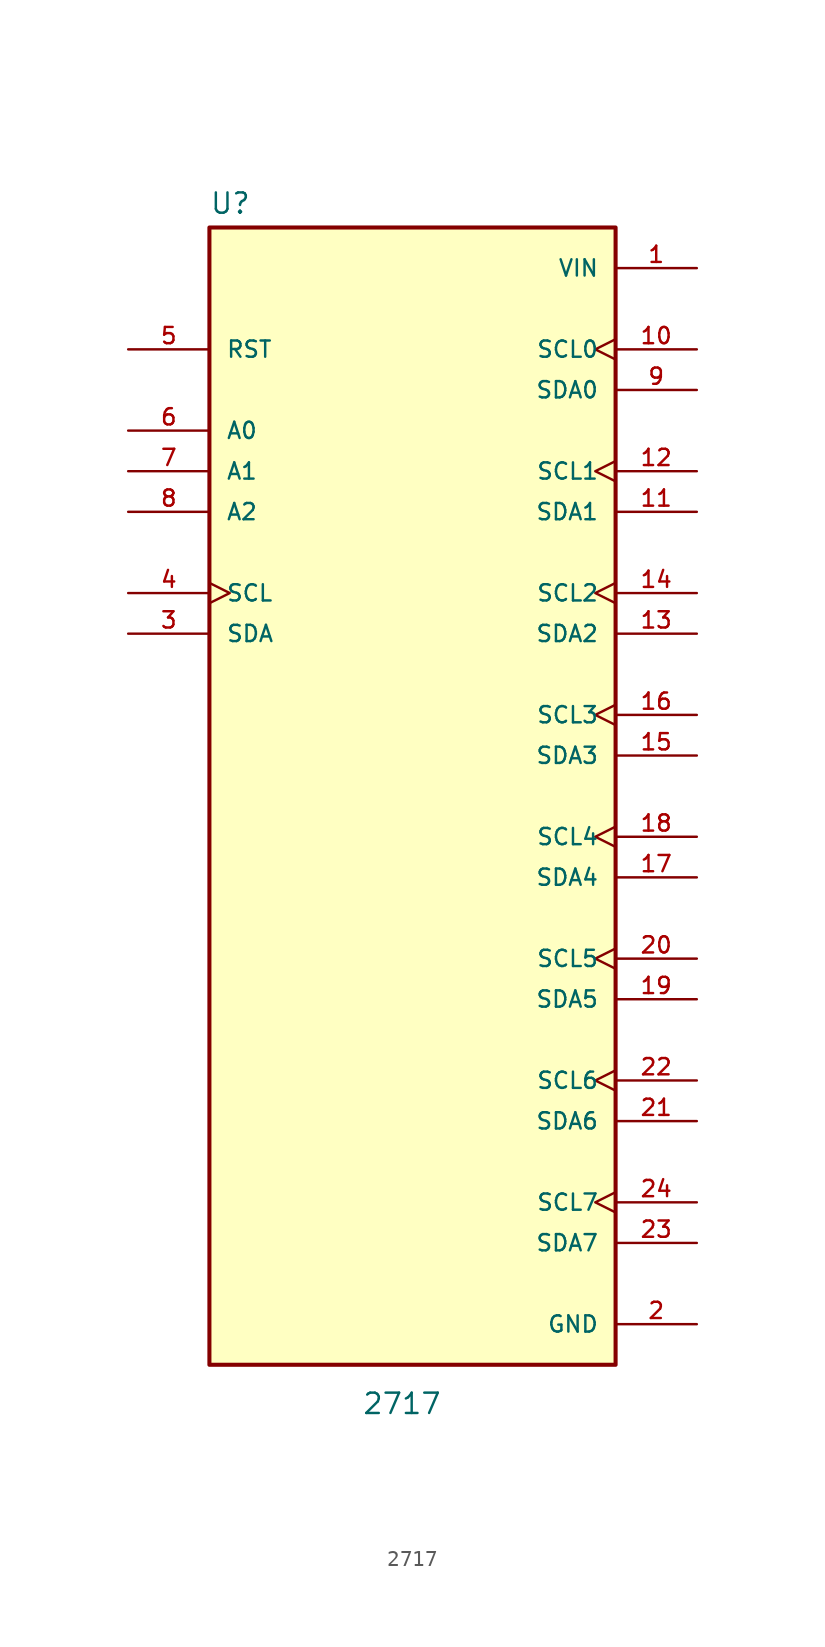
<source format=kicad_sym>
(kicad_symbol_lib
  (version 20231120)
  (generator "kicad_symbol_editor")
  (generator_version "8.0")
  (symbol "2717"
    (pin_names
      (offset 1.016))
    (property "Reference" "U"
      (at -12.7 36.322 0)
      (effects (font (size 1.27 1.27)) (justify left bottom)))
    (property "Value" "2717"
      (at -3.175 -38.735 0)
      (effects (font (size 1.27 1.27)) (justify left bottom)))
    (symbol "2717_0_0"
      (rectangle (start -12.7 -35.56) (end 12.7 35.56) (stroke (width 0.254) (type default)) (fill (type background)))
      (pin power_in line (at 17.78 33.02 180) (length 5.08) (name "VIN" (effects (font (size 1.016 1.016)))) (number "1" (effects (font (size 1.016 1.016)))))
      (pin output clock (at 17.78 27.94 180) (length 5.08) (name "SCL0" (effects (font (size 1.016 1.016)))) (number "10" (effects (font (size 1.016 1.016)))))
      (pin bidirectional line (at 17.78 17.78 180) (length 5.08) (name "SDA1" (effects (font (size 1.016 1.016)))) (number "11" (effects (font (size 1.016 1.016)))))
      (pin output clock (at 17.78 20.32 180) (length 5.08) (name "SCL1" (effects (font (size 1.016 1.016)))) (number "12" (effects (font (size 1.016 1.016)))))
      (pin bidirectional line (at 17.78 10.16 180) (length 5.08) (name "SDA2" (effects (font (size 1.016 1.016)))) (number "13" (effects (font (size 1.016 1.016)))))
      (pin output clock (at 17.78 12.7 180) (length 5.08) (name "SCL2" (effects (font (size 1.016 1.016)))) (number "14" (effects (font (size 1.016 1.016)))))
      (pin bidirectional line (at 17.78 2.54 180) (length 5.08) (name "SDA3" (effects (font (size 1.016 1.016)))) (number "15" (effects (font (size 1.016 1.016)))))
      (pin output clock (at 17.78 5.08 180) (length 5.08) (name "SCL3" (effects (font (size 1.016 1.016)))) (number "16" (effects (font (size 1.016 1.016)))))
      (pin bidirectional line (at 17.78 -5.08 180) (length 5.08) (name "SDA4" (effects (font (size 1.016 1.016)))) (number "17" (effects (font (size 1.016 1.016)))))
      (pin output clock (at 17.78 -2.54 180) (length 5.08) (name "SCL4" (effects (font (size 1.016 1.016)))) (number "18" (effects (font (size 1.016 1.016)))))
      (pin bidirectional line (at 17.78 -12.7 180) (length 5.08) (name "SDA5" (effects (font (size 1.016 1.016)))) (number "19" (effects (font (size 1.016 1.016)))))
      (pin power_in line (at 17.78 -33.02 180) (length 5.08) (name "GND" (effects (font (size 1.016 1.016)))) (number "2" (effects (font (size 1.016 1.016)))))
      (pin output clock (at 17.78 -10.16 180) (length 5.08) (name "SCL5" (effects (font (size 1.016 1.016)))) (number "20" (effects (font (size 1.016 1.016)))))
      (pin bidirectional line (at 17.78 -20.32 180) (length 5.08) (name "SDA6" (effects (font (size 1.016 1.016)))) (number "21" (effects (font (size 1.016 1.016)))))
      (pin output clock (at 17.78 -17.78 180) (length 5.08) (name "SCL6" (effects (font (size 1.016 1.016)))) (number "22" (effects (font (size 1.016 1.016)))))
      (pin bidirectional line (at 17.78 -27.94 180) (length 5.08) (name "SDA7" (effects (font (size 1.016 1.016)))) (number "23" (effects (font (size 1.016 1.016)))))
      (pin output clock (at 17.78 -25.4 180) (length 5.08) (name "SCL7" (effects (font (size 1.016 1.016)))) (number "24" (effects (font (size 1.016 1.016)))))
      (pin bidirectional line (at -17.78 10.16 0) (length 5.08) (name "SDA" (effects (font (size 1.016 1.016)))) (number "3" (effects (font (size 1.016 1.016)))))
      (pin input clock (at -17.78 12.7 0) (length 5.08) (name "SCL" (effects (font (size 1.016 1.016)))) (number "4" (effects (font (size 1.016 1.016)))))
      (pin input line (at -17.78 27.94 0) (length 5.08) (name "RST" (effects (font (size 1.016 1.016)))) (number "5" (effects (font (size 1.016 1.016)))))
      (pin input line (at -17.78 22.86 0) (length 5.08) (name "A0" (effects (font (size 1.016 1.016)))) (number "6" (effects (font (size 1.016 1.016)))))
      (pin input line (at -17.78 20.32 0) (length 5.08) (name "A1" (effects (font (size 1.016 1.016)))) (number "7" (effects (font (size 1.016 1.016)))))
      (pin input line (at -17.78 17.78 0) (length 5.08) (name "A2" (effects (font (size 1.016 1.016)))) (number "8" (effects (font (size 1.016 1.016)))))
      (pin bidirectional line (at 17.78 25.4 180) (length 5.08) (name "SDA0" (effects (font (size 1.016 1.016)))) (number "9" (effects (font (size 1.016 1.016))))))))
</source>
